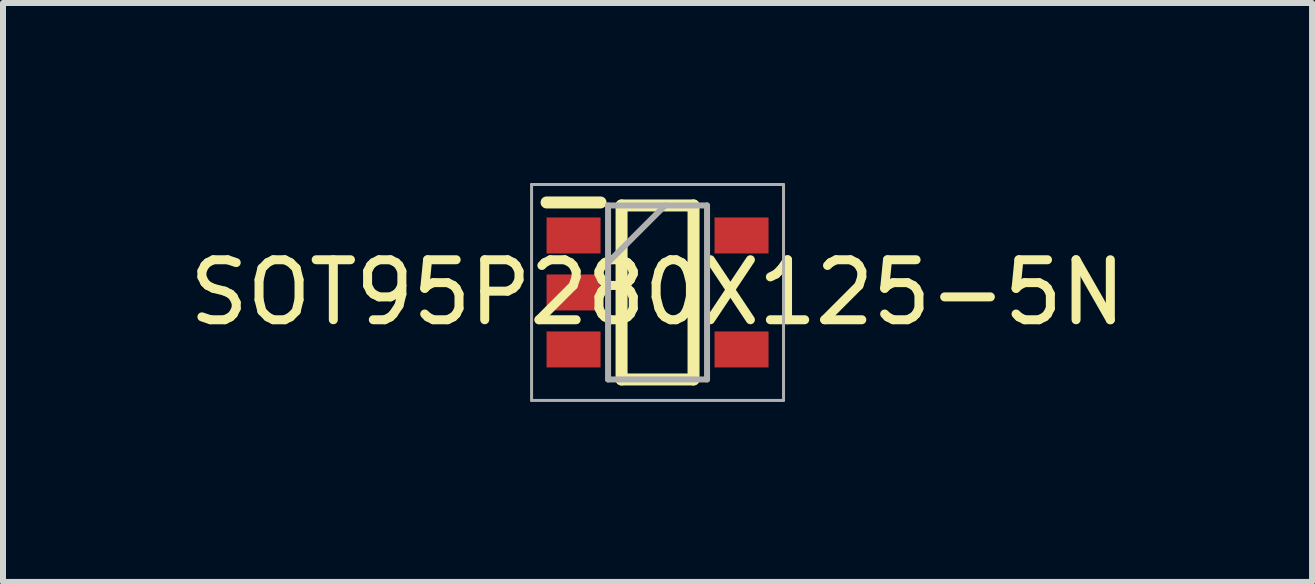
<source format=kicad_pcb>
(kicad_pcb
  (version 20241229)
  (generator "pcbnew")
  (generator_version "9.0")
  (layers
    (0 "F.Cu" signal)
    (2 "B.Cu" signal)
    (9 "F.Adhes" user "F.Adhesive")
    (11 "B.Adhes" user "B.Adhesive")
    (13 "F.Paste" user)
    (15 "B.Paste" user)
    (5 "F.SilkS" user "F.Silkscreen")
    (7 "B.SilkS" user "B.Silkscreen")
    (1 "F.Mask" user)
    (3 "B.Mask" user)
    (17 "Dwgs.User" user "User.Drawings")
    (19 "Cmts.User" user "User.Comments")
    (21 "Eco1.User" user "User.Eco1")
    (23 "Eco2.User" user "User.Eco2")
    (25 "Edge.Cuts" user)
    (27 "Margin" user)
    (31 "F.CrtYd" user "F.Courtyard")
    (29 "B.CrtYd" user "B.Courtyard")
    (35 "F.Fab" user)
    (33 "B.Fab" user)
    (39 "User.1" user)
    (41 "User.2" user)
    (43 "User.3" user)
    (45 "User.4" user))
  (footprint "SOT95P280X125-5N"
    (layer "F.Cu")
    (at 7.911 1.825)
    (property "Reference" "SOT95P280X125-5N" (at 0 0 0) (layer "F.SilkS") (effects (font (size 1 1) (thickness 0.15))))
    (attr smd)
    (fp_line (start -1.85 -1.5) (end -0.95 -1.5) (stroke (width 0.2) (type solid)) (layer "F.SilkS"))
    (fp_line (start -0.6 -1.45) (end 0.6 -1.45) (stroke (width 0.2) (type solid)) (layer "F.SilkS"))
    (fp_line (start -0.6 1.45) (end -0.6 -1.45) (stroke (width 0.2) (type solid)) (layer "F.SilkS"))
    (fp_line (start 0.6 -1.45) (end 0.6 1.45) (stroke (width 0.2) (type solid)) (layer "F.SilkS"))
    (fp_line (start 0.6 1.45) (end -0.6 1.45) (stroke (width 0.2) (type solid)) (layer "F.SilkS"))
    (fp_line (start -2.1 -1.8) (end 2.1 -1.8) (stroke (width 0.05) (type solid)) (layer "F.Fab"))
    (fp_line (start -2.1 1.8) (end -2.1 -1.8) (stroke (width 0.05) (type solid)) (layer "F.Fab"))
    (fp_line (start -0.825 -1.45) (end 0.825 -1.45) (stroke (width 0.1) (type solid)) (layer "F.Fab"))
    (fp_line (start -0.825 -0.5) (end 0.125 -1.45) (stroke (width 0.1) (type solid)) (layer "F.Fab"))
    (fp_line (start -0.825 1.45) (end -0.825 -1.45) (stroke (width 0.1) (type solid)) (layer "F.Fab"))
    (fp_line (start 0.825 -1.45) (end 0.825 1.45) (stroke (width 0.1) (type solid)) (layer "F.Fab"))
    (fp_line (start 0.825 1.45) (end -0.825 1.45) (stroke (width 0.1) (type solid)) (layer "F.Fab"))
    (fp_line (start 2.1 -1.8) (end 2.1 1.8) (stroke (width 0.05) (type solid)) (layer "F.Fab"))
    (fp_line (start 2.1 1.8) (end -2.1 1.8) (stroke (width 0.05) (type solid)) (layer "F.Fab"))
    (pad "1" smd rect (at -1.4 -0.95) (size 0.9 0.6) (layers "F.Cu" "F.Mask" "F.Paste"))
    (pad "2" smd rect (at -1.4 0) (size 0.9 0.6) (layers "F.Cu" "F.Mask" "F.Paste"))
    (pad "3" smd rect (at -1.4 0.95) (size 0.9 0.6) (layers "F.Cu" "F.Mask" "F.Paste"))
    (pad "4" smd rect (at 1.4 0.95) (size 0.9 0.6) (layers "F.Cu" "F.Mask" "F.Paste"))
    (pad "5" smd rect (at 1.4 -0.95) (size 0.9 0.6) (layers "F.Cu" "F.Mask" "F.Paste")))
  (gr_rect
    (start -3 -3)
    (end 18.821 6.65)
    (stroke (width 0.1) (type default))
    (fill no)
    (layer "Edge.Cuts")))
</source>
